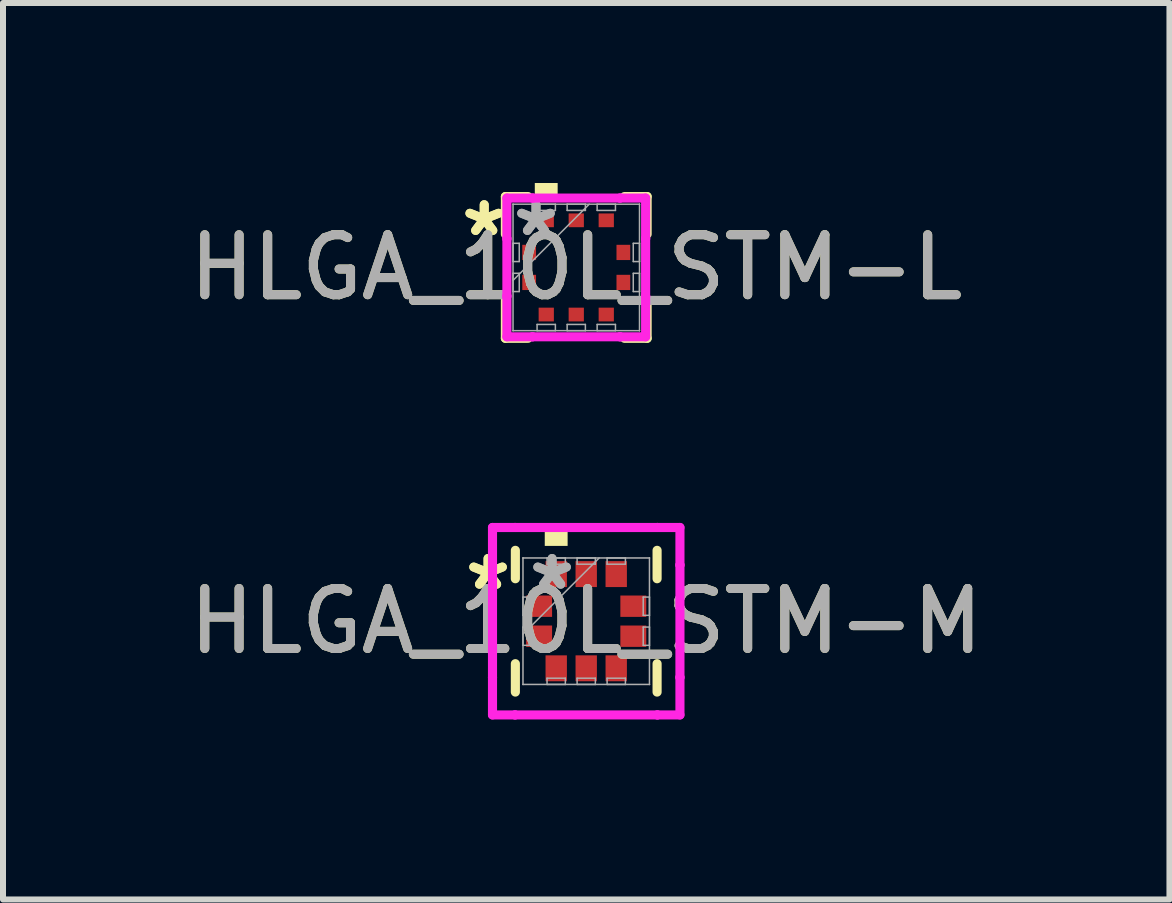
<source format=kicad_pcb>
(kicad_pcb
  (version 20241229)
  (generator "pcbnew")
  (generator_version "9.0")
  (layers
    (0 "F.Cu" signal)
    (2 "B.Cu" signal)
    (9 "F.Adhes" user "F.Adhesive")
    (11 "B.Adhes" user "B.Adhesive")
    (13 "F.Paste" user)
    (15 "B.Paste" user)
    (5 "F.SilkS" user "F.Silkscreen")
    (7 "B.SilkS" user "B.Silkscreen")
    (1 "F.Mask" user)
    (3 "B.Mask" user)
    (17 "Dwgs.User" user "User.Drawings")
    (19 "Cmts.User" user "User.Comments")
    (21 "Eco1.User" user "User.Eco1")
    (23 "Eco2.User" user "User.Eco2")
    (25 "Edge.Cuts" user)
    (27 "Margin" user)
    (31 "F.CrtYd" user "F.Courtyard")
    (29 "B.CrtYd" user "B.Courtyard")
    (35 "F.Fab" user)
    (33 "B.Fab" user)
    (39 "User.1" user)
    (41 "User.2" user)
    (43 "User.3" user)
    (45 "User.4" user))
  (footprint "HLGA_10L_STM-M"
    (layer "F.Cu")
    (at 6.72 7.303)
    (property "Reference" "HLGA_10L_STM-M" (at 0 0 0) (unlocked yes) (layer "F.SilkS") (effects (font (size 1 1) (thickness 0.15))))
    (attr smd)
    (fp_line (start -1.181 -1.181) (end -1.181 -0.708) (stroke (width 0.152) (type solid)) (layer "F.SilkS"))
    (fp_line (start -1.181 0.708) (end -1.181 1.181) (stroke (width 0.152) (type solid)) (layer "F.SilkS"))
    (fp_line (start 1.181 -0.708) (end 1.181 -1.181) (stroke (width 0.152) (type solid)) (layer "F.SilkS"))
    (fp_line (start 1.181 1.181) (end 1.181 0.708) (stroke (width 0.152) (type solid)) (layer "F.SilkS"))
    (fp_poly (pts (xy -0.691 -1.255) (xy -0.691 -1.509) (xy -0.31 -1.509) (xy -0.31 -1.255)) (stroke (width 0) (type solid)) (fill yes) (layer "F.SilkS"))
    (fp_line (start -1.562 -1.562) (end -1.186 -1.562) (stroke (width 0.152) (type solid)) (layer "F.CrtYd"))
    (fp_line (start -1.562 -0.936) (end -1.562 -1.562) (stroke (width 0.152) (type solid)) (layer "F.CrtYd"))
    (fp_line (start -1.562 -0.936) (end -1.562 -0.936) (stroke (width 0.152) (type solid)) (layer "F.CrtYd"))
    (fp_line (start -1.562 0.936) (end -1.562 -0.936) (stroke (width 0.152) (type solid)) (layer "F.CrtYd"))
    (fp_line (start -1.562 0.936) (end -1.562 0.936) (stroke (width 0.152) (type solid)) (layer "F.CrtYd"))
    (fp_line (start -1.562 1.562) (end -1.562 0.936) (stroke (width 0.152) (type solid)) (layer "F.CrtYd"))
    (fp_line (start -1.186 -1.562) (end -1.186 -1.562) (stroke (width 0.152) (type solid)) (layer "F.CrtYd"))
    (fp_line (start -1.186 -1.562) (end 1.186 -1.562) (stroke (width 0.152) (type solid)) (layer "F.CrtYd"))
    (fp_line (start -1.186 1.562) (end -1.562 1.562) (stroke (width 0.152) (type solid)) (layer "F.CrtYd"))
    (fp_line (start -1.186 1.562) (end -1.186 1.562) (stroke (width 0.152) (type solid)) (layer "F.CrtYd"))
    (fp_line (start 1.186 -1.562) (end 1.186 -1.562) (stroke (width 0.152) (type solid)) (layer "F.CrtYd"))
    (fp_line (start 1.186 -1.562) (end 1.562 -1.562) (stroke (width 0.152) (type solid)) (layer "F.CrtYd"))
    (fp_line (start 1.186 1.562) (end -1.186 1.562) (stroke (width 0.152) (type solid)) (layer "F.CrtYd"))
    (fp_line (start 1.186 1.562) (end 1.186 1.562) (stroke (width 0.152) (type solid)) (layer "F.CrtYd"))
    (fp_line (start 1.562 -1.562) (end 1.562 -0.936) (stroke (width 0.152) (type solid)) (layer "F.CrtYd"))
    (fp_line (start 1.562 -0.936) (end 1.562 -0.936) (stroke (width 0.152) (type solid)) (layer "F.CrtYd"))
    (fp_line (start 1.562 -0.936) (end 1.562 0.936) (stroke (width 0.152) (type solid)) (layer "F.CrtYd"))
    (fp_line (start 1.562 0.936) (end 1.562 0.936) (stroke (width 0.152) (type solid)) (layer "F.CrtYd"))
    (fp_line (start 1.562 0.936) (end 1.562 1.562) (stroke (width 0.152) (type solid)) (layer "F.CrtYd"))
    (fp_line (start 1.562 1.562) (end 1.186 1.562) (stroke (width 0.152) (type solid)) (layer "F.CrtYd"))
    (fp_line (start -1.054 -1.054) (end -1.054 -1.054) (stroke (width 0.025) (type solid)) (layer "F.Fab"))
    (fp_line (start -1.054 -1.054) (end -1.054 1.054) (stroke (width 0.025) (type solid)) (layer "F.Fab"))
    (fp_line (start -1.054 -0.402) (end -0.95 -0.402) (stroke (width 0.025) (type solid)) (layer "F.Fab"))
    (fp_line (start -1.054 -0.098) (end -1.054 -0.402) (stroke (width 0.025) (type solid)) (layer "F.Fab"))
    (fp_line (start -1.054 0.098) (end -0.95 0.098) (stroke (width 0.025) (type solid)) (layer "F.Fab"))
    (fp_line (start -1.054 0.216) (end 0.216 -1.054) (stroke (width 0.025) (type solid)) (layer "F.Fab"))
    (fp_line (start -1.054 0.402) (end -1.054 0.098) (stroke (width 0.025) (type solid)) (layer "F.Fab"))
    (fp_line (start -1.054 1.054) (end -1.054 1.054) (stroke (width 0.025) (type solid)) (layer "F.Fab"))
    (fp_line (start -1.054 1.054) (end 1.054 1.054) (stroke (width 0.025) (type solid)) (layer "F.Fab"))
    (fp_line (start -0.95 -0.402) (end -0.95 -0.098) (stroke (width 0.025) (type solid)) (layer "F.Fab"))
    (fp_line (start -0.95 -0.098) (end -1.054 -0.098) (stroke (width 0.025) (type solid)) (layer "F.Fab"))
    (fp_line (start -0.95 0.098) (end -0.95 0.402) (stroke (width 0.025) (type solid)) (layer "F.Fab"))
    (fp_line (start -0.95 0.402) (end -1.054 0.402) (stroke (width 0.025) (type solid)) (layer "F.Fab"))
    (fp_line (start -0.653 -1.054) (end -0.348 -1.054) (stroke (width 0.025) (type solid)) (layer "F.Fab"))
    (fp_line (start -0.653 -0.95) (end -0.653 -1.054) (stroke (width 0.025) (type solid)) (layer "F.Fab"))
    (fp_line (start -0.653 0.95) (end -0.348 0.95) (stroke (width 0.025) (type solid)) (layer "F.Fab"))
    (fp_line (start -0.653 1.054) (end -0.653 0.95) (stroke (width 0.025) (type solid)) (layer "F.Fab"))
    (fp_line (start -0.348 -1.054) (end -0.348 -0.95) (stroke (width 0.025) (type solid)) (layer "F.Fab"))
    (fp_line (start -0.348 -0.95) (end -0.653 -0.95) (stroke (width 0.025) (type solid)) (layer "F.Fab"))
    (fp_line (start -0.348 0.95) (end -0.348 1.054) (stroke (width 0.025) (type solid)) (layer "F.Fab"))
    (fp_line (start -0.348 1.054) (end -0.653 1.054) (stroke (width 0.025) (type solid)) (layer "F.Fab"))
    (fp_line (start -0.152 -1.054) (end 0.152 -1.054) (stroke (width 0.025) (type solid)) (layer "F.Fab"))
    (fp_line (start -0.152 -0.95) (end -0.152 -1.054) (stroke (width 0.025) (type solid)) (layer "F.Fab"))
    (fp_line (start -0.152 0.95) (end 0.152 0.95) (stroke (width 0.025) (type solid)) (layer "F.Fab"))
    (fp_line (start -0.152 1.054) (end -0.152 0.95) (stroke (width 0.025) (type solid)) (layer "F.Fab"))
    (fp_line (start 0.152 -1.054) (end 0.152 -0.95) (stroke (width 0.025) (type solid)) (layer "F.Fab"))
    (fp_line (start 0.152 -0.95) (end -0.152 -0.95) (stroke (width 0.025) (type solid)) (layer "F.Fab"))
    (fp_line (start 0.152 0.95) (end 0.152 1.054) (stroke (width 0.025) (type solid)) (layer "F.Fab"))
    (fp_line (start 0.152 1.054) (end -0.152 1.054) (stroke (width 0.025) (type solid)) (layer "F.Fab"))
    (fp_line (start 0.348 -1.054) (end 0.653 -1.054) (stroke (width 0.025) (type solid)) (layer "F.Fab"))
    (fp_line (start 0.348 -0.95) (end 0.348 -1.054) (stroke (width 0.025) (type solid)) (layer "F.Fab"))
    (fp_line (start 0.348 0.95) (end 0.653 0.95) (stroke (width 0.025) (type solid)) (layer "F.Fab"))
    (fp_line (start 0.348 1.054) (end 0.348 0.95) (stroke (width 0.025) (type solid)) (layer "F.Fab"))
    (fp_line (start 0.653 -1.054) (end 0.653 -0.95) (stroke (width 0.025) (type solid)) (layer "F.Fab"))
    (fp_line (start 0.653 -0.95) (end 0.348 -0.95) (stroke (width 0.025) (type solid)) (layer "F.Fab"))
    (fp_line (start 0.653 0.95) (end 0.653 1.054) (stroke (width 0.025) (type solid)) (layer "F.Fab"))
    (fp_line (start 0.653 1.054) (end 0.348 1.054) (stroke (width 0.025) (type solid)) (layer "F.Fab"))
    (fp_line (start 0.95 -0.402) (end 1.054 -0.402) (stroke (width 0.025) (type solid)) (layer "F.Fab"))
    (fp_line (start 0.95 -0.098) (end 0.95 -0.402) (stroke (width 0.025) (type solid)) (layer "F.Fab"))
    (fp_line (start 0.95 0.098) (end 1.054 0.098) (stroke (width 0.025) (type solid)) (layer "F.Fab"))
    (fp_line (start 0.95 0.402) (end 0.95 0.098) (stroke (width 0.025) (type solid)) (layer "F.Fab"))
    (fp_line (start 1.054 -1.054) (end -1.054 -1.054) (stroke (width 0.025) (type solid)) (layer "F.Fab"))
    (fp_line (start 1.054 -1.054) (end 1.054 -1.054) (stroke (width 0.025) (type solid)) (layer "F.Fab"))
    (fp_line (start 1.054 -0.402) (end 1.054 -0.098) (stroke (width 0.025) (type solid)) (layer "F.Fab"))
    (fp_line (start 1.054 -0.098) (end 0.95 -0.098) (stroke (width 0.025) (type solid)) (layer "F.Fab"))
    (fp_line (start 1.054 0.098) (end 1.054 0.402) (stroke (width 0.025) (type solid)) (layer "F.Fab"))
    (fp_line (start 1.054 0.402) (end 0.95 0.402) (stroke (width 0.025) (type solid)) (layer "F.Fab"))
    (fp_line (start 1.054 1.054) (end 1.054 -1.054) (stroke (width 0.025) (type solid)) (layer "F.Fab"))
    (fp_line (start 1.054 1.054) (end 1.054 1.054) (stroke (width 0.025) (type solid)) (layer "F.Fab"))
    (fp_text user "*" (at -1.636 -0.5 0) (unlocked yes) (layer "F.SilkS") (effects (font (size 1 1) (thickness 0.15))))
    (fp_text user "*" (at -1.636 -0.5 0) (layer "F.SilkS") (effects (font (size 1 1) (thickness 0.15))))
    (fp_text user "${REFERENCE}" (at 0 0 0) (unlocked yes) (layer "F.Fab") (effects (font (size 1 1) (thickness 0.15))))
    (fp_text user "*" (at -0.569 -0.5 0) (layer "F.Fab") (effects (font (size 1 1) (thickness 0.15))))
    (fp_text user "*" (at -0.569 -0.5 0) (unlocked yes) (layer "F.Fab") (effects (font (size 1 1) (thickness 0.15))))
    (pad "1" smd rect (at -0.785 -0.25 90) (size 0.356 0.432) (layers "F.Cu" "F.Mask" "F.Paste"))
    (pad "2" smd rect (at -0.785 0.25 90) (size 0.356 0.432) (layers "F.Cu" "F.Mask" "F.Paste"))
    (pad "3" smd rect (at -0.5 0.785) (size 0.356 0.432) (layers "F.Cu" "F.Mask" "F.Paste"))
    (pad "4" smd rect (at 0 0.785) (size 0.356 0.432) (layers "F.Cu" "F.Mask" "F.Paste"))
    (pad "5" smd rect (at 0.5 0.785) (size 0.356 0.432) (layers "F.Cu" "F.Mask" "F.Paste"))
    (pad "6" smd rect (at 0.785 0.25 90) (size 0.356 0.432) (layers "F.Cu" "F.Mask" "F.Paste"))
    (pad "7" smd rect (at 0.785 -0.25 90) (size 0.356 0.432) (layers "F.Cu" "F.Mask" "F.Paste"))
    (pad "8" smd rect (at 0.5 -0.785) (size 0.356 0.432) (layers "F.Cu" "F.Mask" "F.Paste"))
    (pad "9" smd rect (at 0 -0.785) (size 0.356 0.432) (layers "F.Cu" "F.Mask" "F.Paste"))
    (pad "10" smd rect (at -0.5 -0.785) (size 0.356 0.432) (layers "F.Cu" "F.Mask" "F.Paste")))
  (footprint "HLGA_10L_STM-L"
    (layer "F.Cu")
    (at 6.554 1.407)
    (property "Reference" "HLGA_10L_STM-L" (at 0 0 0) (unlocked yes) (layer "F.SilkS") (effects (font (size 1 1) (thickness 0.15))))
    (attr smd)
    (fp_line (start -1.181 -1.181) (end -1.181 -0.554) (stroke (width 0.152) (type solid)) (layer "F.SilkS"))
    (fp_line (start -1.181 0.554) (end -1.181 1.181) (stroke (width 0.152) (type solid)) (layer "F.SilkS"))
    (fp_line (start -1.181 1.181) (end -0.804 1.181) (stroke (width 0.152) (type solid)) (layer "F.SilkS"))
    (fp_line (start -0.804 -1.181) (end -1.181 -1.181) (stroke (width 0.152) (type solid)) (layer "F.SilkS"))
    (fp_line (start 0.804 1.181) (end 1.181 1.181) (stroke (width 0.152) (type solid)) (layer "F.SilkS"))
    (fp_line (start 1.181 -1.181) (end 0.804 -1.181) (stroke (width 0.152) (type solid)) (layer "F.SilkS"))
    (fp_line (start 1.181 -0.554) (end 1.181 -1.181) (stroke (width 0.152) (type solid)) (layer "F.SilkS"))
    (fp_line (start 1.181 1.181) (end 1.181 0.554) (stroke (width 0.152) (type solid)) (layer "F.SilkS"))
    (fp_poly (pts (xy -0.691 -1.153) (xy -0.691 -1.407) (xy -0.31 -1.407) (xy -0.31 -1.153)) (stroke (width 0) (type solid)) (fill yes) (layer "F.SilkS"))
    (fp_line (start -1.156 -1.156) (end -0.729 -1.156) (stroke (width 0.152) (type solid)) (layer "F.CrtYd"))
    (fp_line (start -1.156 -0.479) (end -1.156 -1.156) (stroke (width 0.152) (type solid)) (layer "F.CrtYd"))
    (fp_line (start -1.156 -0.479) (end -1.156 -0.479) (stroke (width 0.152) (type solid)) (layer "F.CrtYd"))
    (fp_line (start -1.156 0.479) (end -1.156 -0.479) (stroke (width 0.152) (type solid)) (layer "F.CrtYd"))
    (fp_line (start -1.156 0.479) (end -1.156 0.479) (stroke (width 0.152) (type solid)) (layer "F.CrtYd"))
    (fp_line (start -1.156 1.156) (end -1.156 0.479) (stroke (width 0.152) (type solid)) (layer "F.CrtYd"))
    (fp_line (start -0.729 -1.156) (end -0.729 -1.156) (stroke (width 0.152) (type solid)) (layer "F.CrtYd"))
    (fp_line (start -0.729 -1.156) (end 0.729 -1.156) (stroke (width 0.152) (type solid)) (layer "F.CrtYd"))
    (fp_line (start -0.729 1.156) (end -1.156 1.156) (stroke (width 0.152) (type solid)) (layer "F.CrtYd"))
    (fp_line (start -0.729 1.156) (end -0.729 1.156) (stroke (width 0.152) (type solid)) (layer "F.CrtYd"))
    (fp_line (start 0.729 -1.156) (end 0.729 -1.156) (stroke (width 0.152) (type solid)) (layer "F.CrtYd"))
    (fp_line (start 0.729 -1.156) (end 1.156 -1.156) (stroke (width 0.152) (type solid)) (layer "F.CrtYd"))
    (fp_line (start 0.729 1.156) (end -0.729 1.156) (stroke (width 0.152) (type solid)) (layer "F.CrtYd"))
    (fp_line (start 0.729 1.156) (end 0.729 1.156) (stroke (width 0.152) (type solid)) (layer "F.CrtYd"))
    (fp_line (start 1.156 -1.156) (end 1.156 -0.479) (stroke (width 0.152) (type solid)) (layer "F.CrtYd"))
    (fp_line (start 1.156 -0.479) (end 1.156 -0.479) (stroke (width 0.152) (type solid)) (layer "F.CrtYd"))
    (fp_line (start 1.156 -0.479) (end 1.156 0.479) (stroke (width 0.152) (type solid)) (layer "F.CrtYd"))
    (fp_line (start 1.156 0.479) (end 1.156 0.479) (stroke (width 0.152) (type solid)) (layer "F.CrtYd"))
    (fp_line (start 1.156 0.479) (end 1.156 1.156) (stroke (width 0.152) (type solid)) (layer "F.CrtYd"))
    (fp_line (start 1.156 1.156) (end 0.729 1.156) (stroke (width 0.152) (type solid)) (layer "F.CrtYd"))
    (fp_line (start -1.054 -1.054) (end -1.054 -1.054) (stroke (width 0.025) (type solid)) (layer "F.Fab"))
    (fp_line (start -1.054 -1.054) (end -1.054 1.054) (stroke (width 0.025) (type solid)) (layer "F.Fab"))
    (fp_line (start -1.054 -0.402) (end -0.95 -0.402) (stroke (width 0.025) (type solid)) (layer "F.Fab"))
    (fp_line (start -1.054 -0.098) (end -1.054 -0.402) (stroke (width 0.025) (type solid)) (layer "F.Fab"))
    (fp_line (start -1.054 0.098) (end -0.95 0.098) (stroke (width 0.025) (type solid)) (layer "F.Fab"))
    (fp_line (start -1.054 0.216) (end 0.216 -1.054) (stroke (width 0.025) (type solid)) (layer "F.Fab"))
    (fp_line (start -1.054 0.402) (end -1.054 0.098) (stroke (width 0.025) (type solid)) (layer "F.Fab"))
    (fp_line (start -1.054 1.054) (end -1.054 1.054) (stroke (width 0.025) (type solid)) (layer "F.Fab"))
    (fp_line (start -1.054 1.054) (end 1.054 1.054) (stroke (width 0.025) (type solid)) (layer "F.Fab"))
    (fp_line (start -0.95 -0.402) (end -0.95 -0.098) (stroke (width 0.025) (type solid)) (layer "F.Fab"))
    (fp_line (start -0.95 -0.098) (end -1.054 -0.098) (stroke (width 0.025) (type solid)) (layer "F.Fab"))
    (fp_line (start -0.95 0.098) (end -0.95 0.402) (stroke (width 0.025) (type solid)) (layer "F.Fab"))
    (fp_line (start -0.95 0.402) (end -1.054 0.402) (stroke (width 0.025) (type solid)) (layer "F.Fab"))
    (fp_line (start -0.653 -1.054) (end -0.348 -1.054) (stroke (width 0.025) (type solid)) (layer "F.Fab"))
    (fp_line (start -0.653 -0.95) (end -0.653 -1.054) (stroke (width 0.025) (type solid)) (layer "F.Fab"))
    (fp_line (start -0.653 0.95) (end -0.348 0.95) (stroke (width 0.025) (type solid)) (layer "F.Fab"))
    (fp_line (start -0.653 1.054) (end -0.653 0.95) (stroke (width 0.025) (type solid)) (layer "F.Fab"))
    (fp_line (start -0.348 -1.054) (end -0.348 -0.95) (stroke (width 0.025) (type solid)) (layer "F.Fab"))
    (fp_line (start -0.348 -0.95) (end -0.653 -0.95) (stroke (width 0.025) (type solid)) (layer "F.Fab"))
    (fp_line (start -0.348 0.95) (end -0.348 1.054) (stroke (width 0.025) (type solid)) (layer "F.Fab"))
    (fp_line (start -0.348 1.054) (end -0.653 1.054) (stroke (width 0.025) (type solid)) (layer "F.Fab"))
    (fp_line (start -0.152 -1.054) (end 0.152 -1.054) (stroke (width 0.025) (type solid)) (layer "F.Fab"))
    (fp_line (start -0.152 -0.95) (end -0.152 -1.054) (stroke (width 0.025) (type solid)) (layer "F.Fab"))
    (fp_line (start -0.152 0.95) (end 0.152 0.95) (stroke (width 0.025) (type solid)) (layer "F.Fab"))
    (fp_line (start -0.152 1.054) (end -0.152 0.95) (stroke (width 0.025) (type solid)) (layer "F.Fab"))
    (fp_line (start 0.152 -1.054) (end 0.152 -0.95) (stroke (width 0.025) (type solid)) (layer "F.Fab"))
    (fp_line (start 0.152 -0.95) (end -0.152 -0.95) (stroke (width 0.025) (type solid)) (layer "F.Fab"))
    (fp_line (start 0.152 0.95) (end 0.152 1.054) (stroke (width 0.025) (type solid)) (layer "F.Fab"))
    (fp_line (start 0.152 1.054) (end -0.152 1.054) (stroke (width 0.025) (type solid)) (layer "F.Fab"))
    (fp_line (start 0.348 -1.054) (end 0.653 -1.054) (stroke (width 0.025) (type solid)) (layer "F.Fab"))
    (fp_line (start 0.348 -0.95) (end 0.348 -1.054) (stroke (width 0.025) (type solid)) (layer "F.Fab"))
    (fp_line (start 0.348 0.95) (end 0.653 0.95) (stroke (width 0.025) (type solid)) (layer "F.Fab"))
    (fp_line (start 0.348 1.054) (end 0.348 0.95) (stroke (width 0.025) (type solid)) (layer "F.Fab"))
    (fp_line (start 0.653 -1.054) (end 0.653 -0.95) (stroke (width 0.025) (type solid)) (layer "F.Fab"))
    (fp_line (start 0.653 -0.95) (end 0.348 -0.95) (stroke (width 0.025) (type solid)) (layer "F.Fab"))
    (fp_line (start 0.653 0.95) (end 0.653 1.054) (stroke (width 0.025) (type solid)) (layer "F.Fab"))
    (fp_line (start 0.653 1.054) (end 0.348 1.054) (stroke (width 0.025) (type solid)) (layer "F.Fab"))
    (fp_line (start 0.95 -0.402) (end 1.054 -0.402) (stroke (width 0.025) (type solid)) (layer "F.Fab"))
    (fp_line (start 0.95 -0.098) (end 0.95 -0.402) (stroke (width 0.025) (type solid)) (layer "F.Fab"))
    (fp_line (start 0.95 0.098) (end 1.054 0.098) (stroke (width 0.025) (type solid)) (layer "F.Fab"))
    (fp_line (start 0.95 0.402) (end 0.95 0.098) (stroke (width 0.025) (type solid)) (layer "F.Fab"))
    (fp_line (start 1.054 -1.054) (end -1.054 -1.054) (stroke (width 0.025) (type solid)) (layer "F.Fab"))
    (fp_line (start 1.054 -1.054) (end 1.054 -1.054) (stroke (width 0.025) (type solid)) (layer "F.Fab"))
    (fp_line (start 1.054 -0.402) (end 1.054 -0.098) (stroke (width 0.025) (type solid)) (layer "F.Fab"))
    (fp_line (start 1.054 -0.098) (end 0.95 -0.098) (stroke (width 0.025) (type solid)) (layer "F.Fab"))
    (fp_line (start 1.054 0.098) (end 1.054 0.402) (stroke (width 0.025) (type solid)) (layer "F.Fab"))
    (fp_line (start 1.054 0.402) (end 0.95 0.402) (stroke (width 0.025) (type solid)) (layer "F.Fab"))
    (fp_line (start 1.054 1.054) (end 1.054 -1.054) (stroke (width 0.025) (type solid)) (layer "F.Fab"))
    (fp_line (start 1.054 1.054) (end 1.054 1.054) (stroke (width 0.025) (type solid)) (layer "F.Fab"))
    (fp_text user "*" (at -1.534 -0.5 0) (unlocked yes) (layer "F.SilkS") (effects (font (size 1 1) (thickness 0.15))))
    (fp_text user "*" (at -1.534 -0.5 0) (layer "F.SilkS") (effects (font (size 1 1) (thickness 0.15))))
    (fp_text user "*" (at -0.671 -0.5 0) (unlocked yes) (layer "F.Fab") (effects (font (size 1 1) (thickness 0.15))))
    (fp_text user "*" (at -0.671 -0.5 0) (layer "F.Fab") (effects (font (size 1 1) (thickness 0.15))))
    (fp_text user "${REFERENCE}" (at 0 0 0) (unlocked yes) (layer "F.Fab") (effects (font (size 1 1) (thickness 0.15))))
    (pad "1" smd rect (at -0.785 -0.25 90) (size 0.254 0.229) (layers "F.Cu" "F.Mask" "F.Paste"))
    (pad "2" smd rect (at -0.785 0.25 90) (size 0.254 0.229) (layers "F.Cu" "F.Mask" "F.Paste"))
    (pad "3" smd rect (at -0.5 0.785) (size 0.254 0.229) (layers "F.Cu" "F.Mask" "F.Paste"))
    (pad "4" smd rect (at 0 0.785) (size 0.254 0.229) (layers "F.Cu" "F.Mask" "F.Paste"))
    (pad "5" smd rect (at 0.5 0.785) (size 0.254 0.229) (layers "F.Cu" "F.Mask" "F.Paste"))
    (pad "6" smd rect (at 0.785 0.25 90) (size 0.254 0.229) (layers "F.Cu" "F.Mask" "F.Paste"))
    (pad "7" smd rect (at 0.785 -0.25 90) (size 0.254 0.229) (layers "F.Cu" "F.Mask" "F.Paste"))
    (pad "8" smd rect (at 0.5 -0.785) (size 0.254 0.229) (layers "F.Cu" "F.Mask" "F.Paste"))
    (pad "9" smd rect (at 0 -0.785) (size 0.254 0.229) (layers "F.Cu" "F.Mask" "F.Paste"))
    (pad "10" smd rect (at -0.5 -0.785) (size 0.254 0.229) (layers "F.Cu" "F.Mask" "F.Paste")))
  (gr_rect
    (start -3 -3)
    (end 16.44 11.941)
    (stroke (width 0.1) (type default))
    (fill no)
    (layer "Edge.Cuts")))
</source>
